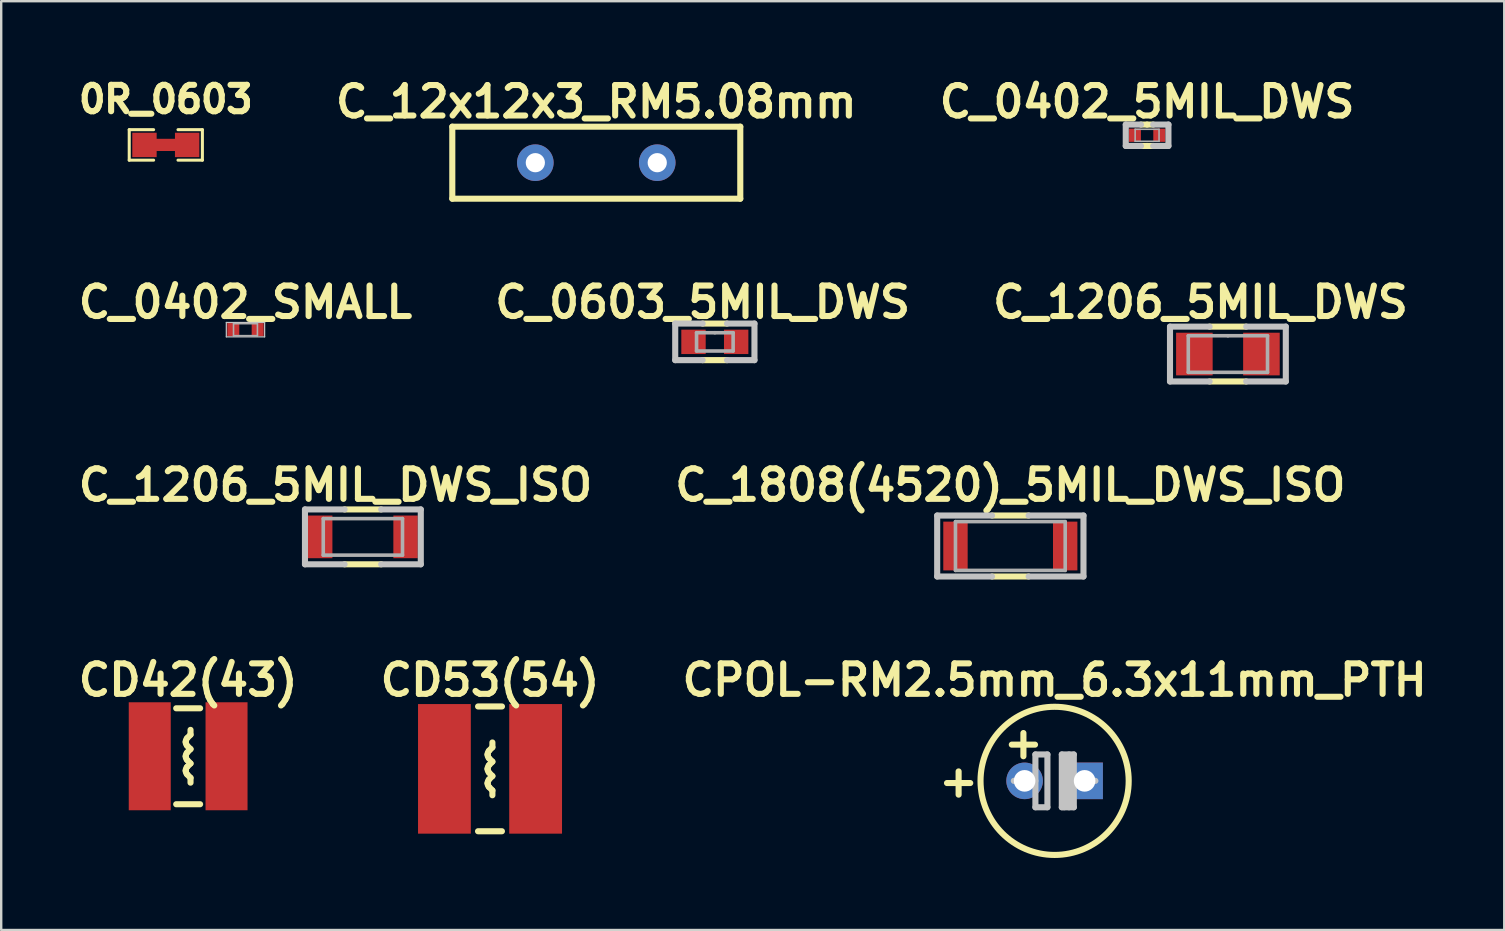
<source format=kicad_pcb>
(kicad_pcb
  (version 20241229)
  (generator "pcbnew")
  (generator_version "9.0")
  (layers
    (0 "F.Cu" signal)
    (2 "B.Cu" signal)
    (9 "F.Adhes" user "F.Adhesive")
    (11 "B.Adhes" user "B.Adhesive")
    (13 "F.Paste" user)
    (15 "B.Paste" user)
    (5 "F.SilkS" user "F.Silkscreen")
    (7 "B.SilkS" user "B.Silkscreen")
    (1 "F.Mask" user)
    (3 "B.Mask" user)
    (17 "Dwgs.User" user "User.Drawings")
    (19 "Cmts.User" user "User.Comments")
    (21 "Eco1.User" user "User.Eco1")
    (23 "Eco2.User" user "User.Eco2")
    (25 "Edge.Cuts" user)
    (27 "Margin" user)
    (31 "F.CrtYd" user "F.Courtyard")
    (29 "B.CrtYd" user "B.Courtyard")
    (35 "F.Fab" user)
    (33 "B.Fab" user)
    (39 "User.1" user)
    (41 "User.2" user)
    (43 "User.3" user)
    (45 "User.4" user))
  (footprint "C_1808(4520)_5MIL_DWS_ISO"
    (layer "F.Cu")
    (at 39.05 19.702)
    (property "Reference" "C_1808(4520)_5MIL_DWS_ISO" (at 0 -2.54 0) (layer "F.SilkS") (effects (font (size 1.27 1.27) (thickness 0.254))))
    (attr smd)
    (fp_line (start 0.762 -1.27) (end -0.762 -1.27) (stroke (width 0.254) (type solid)) (layer "F.SilkS"))
    (fp_line (start 0.762 1.27) (end -0.762 1.27) (stroke (width 0.254) (type solid)) (layer "F.SilkS"))
    (fp_line (start -3.048 -1.27) (end -3.048 1.27) (stroke (width 0.254) (type solid)) (layer "Dwgs.User"))
    (fp_line (start -3.048 1.27) (end -0.762 1.27) (stroke (width 0.254) (type solid)) (layer "Dwgs.User"))
    (fp_line (start -0.762 -1.27) (end -3.048 -1.27) (stroke (width 0.254) (type solid)) (layer "Dwgs.User"))
    (fp_line (start 0.762 -1.27) (end 3.048 -1.27) (stroke (width 0.254) (type solid)) (layer "Dwgs.User"))
    (fp_line (start 3.048 -1.27) (end 3.048 1.27) (stroke (width 0.254) (type solid)) (layer "Dwgs.User"))
    (fp_line (start 3.048 1.27) (end 0.762 1.27) (stroke (width 0.254) (type solid)) (layer "Dwgs.User"))
    (fp_line (start -2.286 -1.016) (end -2.286 1.016) (stroke (width 0.15) (type solid)) (layer "F.Fab"))
    (fp_line (start -2.286 -1.016) (end 2.286 -1.016) (stroke (width 0.15) (type solid)) (layer "F.Fab"))
    (fp_line (start -2.286 1.016) (end 2.286 1.016) (stroke (width 0.15) (type solid)) (layer "F.Fab"))
    (fp_line (start 2.286 1.016) (end 2.286 -1.016) (stroke (width 0.15) (type solid)) (layer "F.Fab"))
    (pad "1" smd rect (at -2.286 0) (size 1.016 2.032) (layers "F.Cu" "F.Mask" "F.Paste"))
    (pad "2" smd rect (at 2.286 0) (size 1.016 2.032) (layers "F.Cu" "F.Mask" "F.Paste")))
  (footprint "C_0402_SMALL"
    (layer "F.Cu")
    (at 7.179 10.687)
    (property "Reference" "C_0402_SMALL" (at 0 -1.143 0) (layer "F.SilkS") (effects (font (size 1.27 1.27) (thickness 0.254))))
    (attr smd)
    (fp_line (start -0.798 -0.3) (end 0.798 -0.3) (stroke (width 0.051) (type solid)) (layer "Dwgs.User"))
    (fp_line (start -0.798 0.3) (end -0.798 -0.3) (stroke (width 0.051) (type solid)) (layer "Dwgs.User"))
    (fp_line (start 0.798 -0.3) (end 0.798 0.3) (stroke (width 0.051) (type solid)) (layer "Dwgs.User"))
    (fp_line (start 0.798 0.3) (end -0.798 0.3) (stroke (width 0.051) (type solid)) (layer "Dwgs.User"))
    (fp_line (start -0.498 -0.249) (end 0.498 -0.249) (stroke (width 0.066) (type solid)) (layer "F.Fab"))
    (fp_line (start -0.498 0.249) (end -0.498 -0.249) (stroke (width 0.066) (type solid)) (layer "F.Fab"))
    (fp_line (start -0.498 0.249) (end 0.498 0.249) (stroke (width 0.066) (type solid)) (layer "F.Fab"))
    (fp_line (start 0.498 0.249) (end 0.498 -0.249) (stroke (width 0.066) (type solid)) (layer "F.Fab"))
    (pad "1" smd rect (at -0.508 0 180) (size 0.5 0.55) (layers "F.Cu" "F.Mask" "F.Paste"))
    (pad "2" smd rect (at 0.508 0) (size 0.5 0.55) (layers "F.Cu" "F.Mask" "F.Paste")))
  (footprint "CD53(54)"
    (layer "F.Cu")
    (at 17.369 28.988)
    (property "Reference" "CD53(54)" (at 0 -3.7 0) (layer "F.SilkS") (effects (font (size 1.27 1.27) (thickness 0.254))))
    (attr smd)
    (fp_line (start -0.099 -0.582) (end -0.099 -0.615) (stroke (width 0.254) (type solid)) (layer "F.SilkS"))
    (fp_line (start -0.099 0.015) (end -0.099 -0.015) (stroke (width 0.254) (type solid)) (layer "F.SilkS"))
    (fp_line (start -0.099 0.615) (end -0.099 0.582) (stroke (width 0.254) (type solid)) (layer "F.SilkS"))
    (fp_line (start -0.041 -0.757) (end 0.099 -0.899) (stroke (width 0.254) (type solid)) (layer "F.SilkS"))
    (fp_line (start -0.041 -0.157) (end 0.099 -0.3) (stroke (width 0.254) (type solid)) (layer "F.SilkS"))
    (fp_line (start -0.041 0.439) (end 0.099 0.3) (stroke (width 0.254) (type solid)) (layer "F.SilkS"))
    (fp_line (start 0.099 -0.899) (end 0.099 -1.1) (stroke (width 0.254) (type solid)) (layer "F.SilkS"))
    (fp_line (start 0.099 -0.3) (end -0.041 -0.439) (stroke (width 0.254) (type solid)) (layer "F.SilkS"))
    (fp_line (start 0.099 0.3) (end -0.041 0.157) (stroke (width 0.254) (type solid)) (layer "F.SilkS"))
    (fp_line (start 0.099 0.899) (end -0.041 0.757) (stroke (width 0.254) (type solid)) (layer "F.SilkS"))
    (fp_line (start 0.099 1.1) (end 0.099 0.899) (stroke (width 0.254) (type solid)) (layer "F.SilkS"))
    (fp_line (start 0.496 2.6) (end -0.5 2.6) (stroke (width 0.254) (type solid)) (layer "F.SilkS"))
    (fp_line (start 0.498 -2.6) (end -0.498 -2.6) (stroke (width 0.254) (type solid)) (layer "F.SilkS"))
    (fp_arc (start -0.09906 -0.61468) (mid -0.084045 -0.690337) (end -0.041276 -0.754527) (stroke (width 0.254) (type solid)) (layer "F.SilkS"))
    (fp_arc (start -0.09906 -0.01524) (mid -0.084045 -0.090897) (end -0.041276 -0.155087) (stroke (width 0.254) (type solid)) (layer "F.SilkS"))
    (fp_arc (start -0.09906 0.58166) (mid -0.084045 0.506003) (end -0.041276 0.441813) (stroke (width 0.254) (type solid)) (layer "F.SilkS"))
    (fp_arc (start -0.04064 -0.43942) (mid -0.084371 -0.503548) (end -0.100298 -0.579516) (stroke (width 0.254) (type solid)) (layer "F.SilkS"))
    (fp_arc (start -0.04064 0.15748) (mid -0.084371 0.093352) (end -0.100298 0.017384) (stroke (width 0.254) (type solid)) (layer "F.SilkS"))
    (fp_arc (start -0.04064 0.75692) (mid -0.084371 0.692792) (end -0.100298 0.616824) (stroke (width 0.254) (type solid)) (layer "F.SilkS"))
    (pad "1" smd rect (at -1.9 0 90) (size 5.4 2.2) (layers "F.Cu" "F.Mask" "F.Paste"))
    (pad "2" smd rect (at 1.9 0 90) (size 5.4 2.2) (layers "F.Cu" "F.Mask" "F.Paste")))
  (footprint "C_0603_5MIL_DWS"
    (layer "F.Cu")
    (at 26.737 11.195)
    (property "Reference" "C_0603_5MIL_DWS" (at -0.508 -1.651 0) (layer "F.SilkS") (effects (font (size 1.27 1.27) (thickness 0.254))))
    (attr smd)
    (fp_line (start -0.508 -0.762) (end 0.508 -0.762) (stroke (width 0.254) (type solid)) (layer "F.SilkS"))
    (fp_line (start -0.508 0.762) (end 0.508 0.762) (stroke (width 0.254) (type solid)) (layer "F.SilkS"))
    (fp_line (start -1.651 -0.762) (end -1.651 0.762) (stroke (width 0.254) (type solid)) (layer "Dwgs.User"))
    (fp_line (start -1.651 0.762) (end -0.508 0.762) (stroke (width 0.254) (type solid)) (layer "Dwgs.User"))
    (fp_line (start -0.508 -0.762) (end -1.651 -0.762) (stroke (width 0.254) (type solid)) (layer "Dwgs.User"))
    (fp_line (start 0.508 -0.762) (end 1.651 -0.762) (stroke (width 0.254) (type solid)) (layer "Dwgs.User"))
    (fp_line (start 1.651 -0.762) (end 1.651 0.762) (stroke (width 0.254) (type solid)) (layer "Dwgs.User"))
    (fp_line (start 1.651 0.762) (end 0.508 0.762) (stroke (width 0.254) (type solid)) (layer "Dwgs.User"))
    (fp_line (start -0.762 -0.381) (end -0.762 0.381) (stroke (width 0.15) (type solid)) (layer "F.Fab"))
    (fp_line (start -0.762 0.381) (end 0.762 0.381) (stroke (width 0.15) (type solid)) (layer "F.Fab"))
    (fp_line (start 0 -0.381) (end -0.762 -0.381) (stroke (width 0.15) (type solid)) (layer "F.Fab"))
    (fp_line (start 0.762 -0.381) (end 0 -0.381) (stroke (width 0.15) (type solid)) (layer "F.Fab"))
    (fp_line (start 0.762 0.381) (end 0.762 -0.381) (stroke (width 0.15) (type solid)) (layer "F.Fab"))
    (pad "1" smd rect (at -0.889 0) (size 1.016 1.016) (layers "F.Cu" "F.Mask" "F.Paste"))
    (pad "2" smd rect (at 0.889 0) (size 1.016 1.016) (layers "F.Cu" "F.Mask" "F.Paste")))
  (footprint "0R_0603"
    (layer "F.Cu")
    (at 3.859 2.989)
    (property "Reference" "0R_0603" (at 0 -1.9 0) (layer "F.SilkS") (effects (font (size 1.1 1.1) (thickness 0.254))))
    (attr smd)
    (fp_line (start -0.5 0) (end 0.5 0) (stroke (width 0.508) (type solid)) (layer "F.Cu"))
    (fp_line (start -0.5 0) (end 0.5 0) (stroke (width 0.61) (type solid)) (layer "F.Mask"))
    (fp_line (start -1.524 -0.635) (end -1.524 0.635) (stroke (width 0.127) (type solid)) (layer "F.SilkS"))
    (fp_line (start -1.524 -0.635) (end -0.508 -0.635) (stroke (width 0.127) (type solid)) (layer "F.SilkS"))
    (fp_line (start -1.524 0.635) (end -0.508 0.635) (stroke (width 0.127) (type solid)) (layer "F.SilkS"))
    (fp_line (start 0.508 -0.635) (end 1.524 -0.635) (stroke (width 0.127) (type solid)) (layer "F.SilkS"))
    (fp_line (start 1.524 -0.635) (end 1.524 0.635) (stroke (width 0.127) (type solid)) (layer "F.SilkS"))
    (fp_line (start 1.524 0.635) (end 0.508 0.635) (stroke (width 0.127) (type solid)) (layer "F.SilkS"))
    (pad "1" smd rect (at -0.889 0) (size 1.016 1.016) (layers "F.Cu" "F.Mask" "F.Paste"))
    (pad "2" smd rect (at 0.889 0) (size 1.016 1.016) (layers "F.Cu" "F.Mask" "F.Paste")))
  (footprint "C_1206_5MIL_DWS_ISO"
    (layer "F.Cu")
    (at 12.071 19.321)
    (property "Reference" "C_1206_5MIL_DWS_ISO" (at -1.143 -2.159 0) (layer "F.SilkS") (effects (font (size 1.27 1.27) (thickness 0.254))))
    (attr smd)
    (fp_line (start 0.762 -1.143) (end -0.762 -1.143) (stroke (width 0.254) (type solid)) (layer "F.SilkS"))
    (fp_line (start 0.762 1.143) (end -0.762 1.143) (stroke (width 0.254) (type solid)) (layer "F.SilkS"))
    (fp_line (start -2.413 -1.143) (end -2.413 1.143) (stroke (width 0.254) (type solid)) (layer "Dwgs.User"))
    (fp_line (start -2.413 1.143) (end -0.762 1.143) (stroke (width 0.254) (type solid)) (layer "Dwgs.User"))
    (fp_line (start -0.762 -1.143) (end -2.413 -1.143) (stroke (width 0.254) (type solid)) (layer "Dwgs.User"))
    (fp_line (start 0.762 -1.143) (end 2.413 -1.143) (stroke (width 0.254) (type solid)) (layer "Dwgs.User"))
    (fp_line (start 2.413 -1.143) (end 2.413 1.143) (stroke (width 0.254) (type solid)) (layer "Dwgs.User"))
    (fp_line (start 2.413 1.143) (end 0.762 1.143) (stroke (width 0.254) (type solid)) (layer "Dwgs.User"))
    (fp_line (start -1.651 -0.762) (end -1.651 0.762) (stroke (width 0.15) (type solid)) (layer "F.Fab"))
    (fp_line (start -1.651 -0.762) (end 1.651 -0.762) (stroke (width 0.15) (type solid)) (layer "F.Fab"))
    (fp_line (start -1.651 0.762) (end 1.651 0.762) (stroke (width 0.15) (type solid)) (layer "F.Fab"))
    (fp_line (start 1.651 0.762) (end 1.651 -0.762) (stroke (width 0.15) (type solid)) (layer "F.Fab"))
    (pad "1" smd rect (at -1.778 0) (size 1.016 1.778) (layers "F.Cu" "F.Mask" "F.Paste"))
    (pad "2" smd rect (at 1.778 0) (size 1.016 1.778) (layers "F.Cu" "F.Mask" "F.Paste")))
  (footprint "C_0402_5MIL_DWS"
    (layer "F.Cu")
    (at 44.749 2.586)
    (property "Reference" "C_0402_5MIL_DWS" (at 0 -1.397 0) (layer "F.SilkS") (effects (font (size 1.27 1.27) (thickness 0.254))))
    (attr smd)
    (fp_line (start 0 -0.445) (end -0.254 -0.445) (stroke (width 0.254) (type solid)) (layer "F.SilkS"))
    (fp_line (start 0 -0.445) (end 0.254 -0.445) (stroke (width 0.254) (type solid)) (layer "F.SilkS"))
    (fp_line (start 0 0.445) (end -0.254 0.445) (stroke (width 0.254) (type solid)) (layer "F.SilkS"))
    (fp_line (start 0 0.445) (end 0.254 0.445) (stroke (width 0.254) (type solid)) (layer "F.SilkS"))
    (fp_line (start -0.889 -0.445) (end -0.889 0.445) (stroke (width 0.254) (type solid)) (layer "Dwgs.User"))
    (fp_line (start -0.889 0.445) (end -0.254 0.445) (stroke (width 0.254) (type solid)) (layer "Dwgs.User"))
    (fp_line (start -0.254 -0.445) (end -0.889 -0.445) (stroke (width 0.254) (type solid)) (layer "Dwgs.User"))
    (fp_line (start 0.254 -0.445) (end 0.889 -0.445) (stroke (width 0.254) (type solid)) (layer "Dwgs.User"))
    (fp_line (start 0.889 -0.445) (end 0.889 0.445) (stroke (width 0.254) (type solid)) (layer "Dwgs.User"))
    (fp_line (start 0.889 0.445) (end 0.254 0.445) (stroke (width 0.254) (type solid)) (layer "Dwgs.User"))
    (fp_line (start -0.498 -0.249) (end 0.498 -0.249) (stroke (width 0.066) (type solid)) (layer "F.Fab"))
    (fp_line (start -0.498 0.249) (end -0.498 -0.249) (stroke (width 0.066) (type solid)) (layer "F.Fab"))
    (fp_line (start -0.498 0.249) (end 0.498 0.249) (stroke (width 0.066) (type solid)) (layer "F.Fab"))
    (fp_line (start 0.498 0.249) (end 0.498 -0.249) (stroke (width 0.066) (type solid)) (layer "F.Fab"))
    (pad "1" smd rect (at -0.508 0 180) (size 0.5 0.55) (layers "F.Cu" "F.Mask" "F.Paste"))
    (pad "2" smd rect (at 0.508 0) (size 0.5 0.55) (layers "F.Cu" "F.Mask" "F.Paste")))
  (footprint "C_12x12x3_RM5.08mm"
    (layer "F.Cu")
    (at 21.797 3.729)
    (property "Reference" "C_12x12x3_RM5.08mm" (at 0 -2.54 0) (layer "F.SilkS") (effects (font (size 1.27 1.27) (thickness 0.254))))
    (attr through_hole)
    (fp_line (start -6 -1.5) (end 6 -1.5) (stroke (width 0.254) (type solid)) (layer "F.SilkS"))
    (fp_line (start -6 1.5) (end -6 -1.5) (stroke (width 0.254) (type solid)) (layer "F.SilkS"))
    (fp_line (start 6 -1.5) (end 6 1.5) (stroke (width 0.254) (type solid)) (layer "F.SilkS"))
    (fp_line (start 6 1.5) (end -6 1.5) (stroke (width 0.254) (type solid)) (layer "F.SilkS"))
    (pad "1" thru_hole circle (at -2.54 0) (size 1.524 1.524) (drill 0.8) (layers "*.Cu" "*.Mask"))
    (pad "2" thru_hole circle (at 2.54 0) (size 1.524 1.524) (drill 0.8) (layers "*.Cu" "*.Mask")))
  (footprint "C_1206_5MIL_DWS"
    (layer "F.Cu")
    (at 48.116 11.703)
    (property "Reference" "C_1206_5MIL_DWS" (at -1.143 -2.159 0) (layer "F.SilkS") (effects (font (size 1.27 1.27) (thickness 0.254))))
    (attr smd)
    (fp_line (start 0.762 -1.143) (end -0.762 -1.143) (stroke (width 0.254) (type solid)) (layer "F.SilkS"))
    (fp_line (start 0.762 1.143) (end -0.762 1.143) (stroke (width 0.254) (type solid)) (layer "F.SilkS"))
    (fp_line (start -2.413 -1.143) (end -2.413 1.143) (stroke (width 0.254) (type solid)) (layer "Dwgs.User"))
    (fp_line (start -2.413 1.143) (end -0.762 1.143) (stroke (width 0.254) (type solid)) (layer "Dwgs.User"))
    (fp_line (start -0.762 -1.143) (end -2.413 -1.143) (stroke (width 0.254) (type solid)) (layer "Dwgs.User"))
    (fp_line (start 0.762 -1.143) (end 2.413 -1.143) (stroke (width 0.254) (type solid)) (layer "Dwgs.User"))
    (fp_line (start 2.413 -1.143) (end 2.413 1.143) (stroke (width 0.254) (type solid)) (layer "Dwgs.User"))
    (fp_line (start 2.413 1.143) (end 0.762 1.143) (stroke (width 0.254) (type solid)) (layer "Dwgs.User"))
    (fp_line (start -1.651 -0.762) (end -1.651 0.762) (stroke (width 0.15) (type solid)) (layer "F.Fab"))
    (fp_line (start -1.651 0.762) (end 1.651 0.762) (stroke (width 0.15) (type solid)) (layer "F.Fab"))
    (fp_line (start 0 -0.762) (end -1.651 -0.762) (stroke (width 0.15) (type solid)) (layer "F.Fab"))
    (fp_line (start 1.651 -0.762) (end 0 -0.762) (stroke (width 0.15) (type solid)) (layer "F.Fab"))
    (fp_line (start 1.651 0.762) (end 1.651 -0.762) (stroke (width 0.15) (type solid)) (layer "F.Fab"))
    (pad "1" smd rect (at -1.397 0) (size 1.524 1.778) (layers "F.Cu" "F.Mask" "F.Paste"))
    (pad "2" smd rect (at 1.397 0) (size 1.524 1.778) (layers "F.Cu" "F.Mask" "F.Paste")))
  (footprint "CPOL-RM2.5mm_6.3x11mm_PTH"
    (layer "F.Cu")
    (at 40.895 29.488)
    (property "Reference" "CPOL-RM2.5mm_6.3x11mm_PTH" (at 0 -4.2 0) (layer "F.SilkS") (effects (font (size 1.27 1.27) (thickness 0.254))))
    (attr through_hole)
    (fp_circle (center 0 0) (end 2.84 1.21) (stroke (width 0.254) (type solid)) (fill no) (layer "F.SilkS"))
    (fp_line (start -0.8 -1.1) (end -0.8 1.1) (stroke (width 0.254) (type solid)) (layer "Dwgs.User"))
    (fp_line (start -0.8 -1.1) (end -0.3 -1.1) (stroke (width 0.254) (type solid)) (layer "Dwgs.User"))
    (fp_line (start -0.8 0) (end -1.7 0) (stroke (width 0.254) (type solid)) (layer "Dwgs.User"))
    (fp_line (start -0.8 1.1) (end -0.3 1.1) (stroke (width 0.254) (type solid)) (layer "Dwgs.User"))
    (fp_line (start -0.3 -1.1) (end -0.3 1.1) (stroke (width 0.254) (type solid)) (layer "Dwgs.User"))
    (fp_line (start 0.3 -1.1) (end 0.3 1.1) (stroke (width 0.254) (type solid)) (layer "Dwgs.User"))
    (fp_line (start 0.3 -1.1) (end 0.8 -1.1) (stroke (width 0.254) (type solid)) (layer "Dwgs.User"))
    (fp_line (start 0.3 1.1) (end 0.8 1.1) (stroke (width 0.254) (type solid)) (layer "Dwgs.User"))
    (fp_line (start 0.4 -1) (end 0.4 1.1) (stroke (width 0.254) (type solid)) (layer "Dwgs.User"))
    (fp_line (start 0.6 -1.1) (end 0.6 1.1) (stroke (width 0.254) (type solid)) (layer "Dwgs.User"))
    (fp_line (start 0.8 -1.1) (end 0.8 1.1) (stroke (width 0.254) (type solid)) (layer "Dwgs.User"))
    (fp_line (start 1.7 0) (end 0.8 0) (stroke (width 0.254) (type solid)) (layer "Dwgs.User"))
    (fp_text user "+" (at -4 0 0) (layer "F.SilkS") (effects (font (size 1.27 1.27) (thickness 0.254))))
    (fp_text user "+" (at -1.3 -1.6 0) (layer "F.SilkS") (effects (font (size 1.27 1.27) (thickness 0.254))))
    (pad "1" thru_hole circle (at -1.25 0) (size 1.524 1.524) (drill 0.9) (layers "*.Cu" "*.Mask"))
    (pad "2" thru_hole rect (at 1.25 0) (size 1.524 1.524) (drill 0.9) (layers "*.Cu" "*.Mask")))
  (footprint "CD42(43)"
    (layer "F.Cu")
    (at 4.79 28.463)
    (property "Reference" "CD42(43)" (at 0 -3.175 0) (layer "F.SilkS") (effects (font (size 1.27 1.27) (thickness 0.254))))
    (attr smd)
    (fp_line (start -0.099 -0.582) (end -0.099 -0.615) (stroke (width 0.254) (type solid)) (layer "F.SilkS"))
    (fp_line (start -0.099 0.015) (end -0.099 -0.015) (stroke (width 0.254) (type solid)) (layer "F.SilkS"))
    (fp_line (start -0.099 0.615) (end -0.099 0.582) (stroke (width 0.254) (type solid)) (layer "F.SilkS"))
    (fp_line (start -0.041 -0.757) (end 0.099 -0.899) (stroke (width 0.254) (type solid)) (layer "F.SilkS"))
    (fp_line (start -0.041 -0.157) (end 0.099 -0.3) (stroke (width 0.254) (type solid)) (layer "F.SilkS"))
    (fp_line (start -0.041 0.439) (end 0.099 0.3) (stroke (width 0.254) (type solid)) (layer "F.SilkS"))
    (fp_line (start 0.099 -0.899) (end 0.099 -1.1) (stroke (width 0.254) (type solid)) (layer "F.SilkS"))
    (fp_line (start 0.099 -0.3) (end -0.041 -0.439) (stroke (width 0.254) (type solid)) (layer "F.SilkS"))
    (fp_line (start 0.099 0.3) (end -0.041 0.157) (stroke (width 0.254) (type solid)) (layer "F.SilkS"))
    (fp_line (start 0.099 0.899) (end -0.041 0.757) (stroke (width 0.254) (type solid)) (layer "F.SilkS"))
    (fp_line (start 0.099 1.1) (end 0.099 0.899) (stroke (width 0.254) (type solid)) (layer "F.SilkS"))
    (fp_line (start 0.498 -1.999) (end -0.498 -1.999) (stroke (width 0.254) (type solid)) (layer "F.SilkS"))
    (fp_line (start 0.498 1.999) (end -0.498 1.999) (stroke (width 0.254) (type solid)) (layer "F.SilkS"))
    (fp_arc (start -0.09906 -0.61468) (mid -0.084045 -0.690337) (end -0.041276 -0.754527) (stroke (width 0.254) (type solid)) (layer "F.SilkS"))
    (fp_arc (start -0.09906 -0.01524) (mid -0.084045 -0.090897) (end -0.041276 -0.155087) (stroke (width 0.254) (type solid)) (layer "F.SilkS"))
    (fp_arc (start -0.09906 0.58166) (mid -0.084045 0.506003) (end -0.041276 0.441813) (stroke (width 0.254) (type solid)) (layer "F.SilkS"))
    (fp_arc (start -0.04064 -0.43942) (mid -0.084371 -0.503548) (end -0.100298 -0.579516) (stroke (width 0.254) (type solid)) (layer "F.SilkS"))
    (fp_arc (start -0.04064 0.15748) (mid -0.084371 0.093352) (end -0.100298 0.017384) (stroke (width 0.254) (type solid)) (layer "F.SilkS"))
    (fp_arc (start -0.04064 0.75692) (mid -0.084371 0.692792) (end -0.100298 0.616824) (stroke (width 0.254) (type solid)) (layer "F.SilkS"))
    (pad "1" smd rect (at -1.6 0 90) (size 4.5 1.75) (layers "F.Cu" "F.Mask" "F.Paste"))
    (pad "2" smd rect (at 1.6 0 90) (size 4.5 1.75) (layers "F.Cu" "F.Mask" "F.Paste")))
  (gr_rect
    (start -3 -3)
    (end 59.631 35.702)
    (stroke (width 0.1) (type default))
    (fill no)
    (layer "Edge.Cuts")))
</source>
